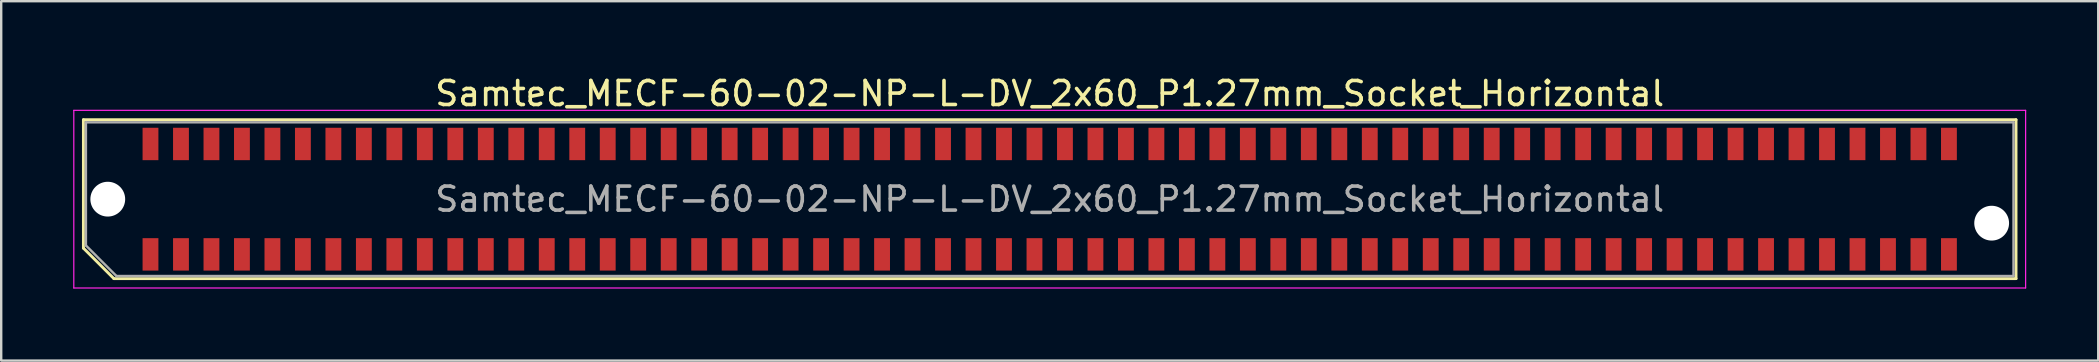
<source format=kicad_pcb>
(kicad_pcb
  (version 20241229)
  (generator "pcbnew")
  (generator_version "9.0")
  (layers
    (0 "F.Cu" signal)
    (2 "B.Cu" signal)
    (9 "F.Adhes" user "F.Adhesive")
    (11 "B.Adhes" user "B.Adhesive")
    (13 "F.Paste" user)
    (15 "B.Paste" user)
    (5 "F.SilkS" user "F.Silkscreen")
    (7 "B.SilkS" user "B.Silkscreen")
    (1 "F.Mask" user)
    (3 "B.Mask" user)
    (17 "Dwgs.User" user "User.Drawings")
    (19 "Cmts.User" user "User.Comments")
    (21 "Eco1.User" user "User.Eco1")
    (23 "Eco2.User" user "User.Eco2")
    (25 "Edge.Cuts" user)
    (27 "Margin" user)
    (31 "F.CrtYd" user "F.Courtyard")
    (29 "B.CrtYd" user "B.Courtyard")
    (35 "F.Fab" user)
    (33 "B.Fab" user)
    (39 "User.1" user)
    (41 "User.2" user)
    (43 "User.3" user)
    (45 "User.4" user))
  (footprint "Samtec_MECF-60-02-NP-L-DV_2x60_P1.27mm_Socket_Horizontal"
    (layer "F.Cu")
    (at 40.685 5.248)
    (property "Reference" "Samtec_MECF-60-02-NP-L-DV_2x60_P1.27mm_Socket_Horizontal" (at 0 -4.4 0) (layer "F.SilkS") (effects (font (size 1 1) (thickness 0.15))))
    (attr smd)
    (fp_line (start -40.26 -3.31) (end 40.26 -3.31) (stroke (width 0.12) (type solid)) (layer "F.SilkS"))
    (fp_line (start -40.26 2.04) (end -40.26 -3.31) (stroke (width 0.12) (type solid)) (layer "F.SilkS"))
    (fp_line (start -38.99 3.31) (end -40.26 2.04) (stroke (width 0.12) (type solid)) (layer "F.SilkS"))
    (fp_line (start -38.99 3.31) (end 40.26 3.31) (stroke (width 0.12) (type solid)) (layer "F.SilkS"))
    (fp_line (start 40.26 3.31) (end 40.26 -3.31) (stroke (width 0.12) (type solid)) (layer "F.SilkS"))
    (fp_line (start -40.66 -3.7) (end -40.66 3.7) (stroke (width 0.05) (type solid)) (layer "F.CrtYd"))
    (fp_line (start -40.66 3.7) (end 40.66 3.7) (stroke (width 0.05) (type solid)) (layer "F.CrtYd"))
    (fp_line (start 40.66 -3.7) (end -40.66 -3.7) (stroke (width 0.05) (type solid)) (layer "F.CrtYd"))
    (fp_line (start 40.66 3.7) (end 40.66 -3.7) (stroke (width 0.05) (type solid)) (layer "F.CrtYd"))
    (fp_line (start -40.155 -3.2) (end 40.155 -3.2) (stroke (width 0.1) (type solid)) (layer "F.Fab"))
    (fp_line (start -40.155 1.93) (end -40.155 -3.2) (stroke (width 0.1) (type solid)) (layer "F.Fab"))
    (fp_line (start -40.155 1.93) (end -38.885 3.2) (stroke (width 0.1) (type solid)) (layer "F.Fab"))
    (fp_line (start -38.885 3.2) (end 40.155 3.2) (stroke (width 0.1) (type solid)) (layer "F.Fab"))
    (fp_line (start 40.155 3.2) (end 40.155 -3.2) (stroke (width 0.1) (type solid)) (layer "F.Fab"))
    (fp_text user "${REFERENCE}" (at 0 0 0) (layer "F.Fab") (effects (font (size 1 1) (thickness 0.15))))
    (pad "" np_thru_hole circle (at -39.245 0) (size 1.45 1.45) (drill 1.45) (layers "*.Cu" "*.Mask"))
    (pad "" np_thru_hole circle (at 39.245 1) (size 1.45 1.45) (drill 1.45) (layers "*.Cu" "*.Mask"))
    (pad "1" smd rect (at -37.465 2.3) (size 0.66 1.35) (layers "F.Cu" "F.Mask" "F.Paste"))
    (pad "2" smd rect (at -37.465 -2.3) (size 0.66 1.35) (layers "F.Cu" "F.Mask" "F.Paste"))
    (pad "3" smd rect (at -36.195 2.3) (size 0.66 1.35) (layers "F.Cu" "F.Mask" "F.Paste"))
    (pad "4" smd rect (at -36.195 -2.3) (size 0.66 1.35) (layers "F.Cu" "F.Mask" "F.Paste"))
    (pad "5" smd rect (at -34.925 2.3) (size 0.66 1.35) (layers "F.Cu" "F.Mask" "F.Paste"))
    (pad "6" smd rect (at -34.925 -2.3) (size 0.66 1.35) (layers "F.Cu" "F.Mask" "F.Paste"))
    (pad "7" smd rect (at -33.655 2.3) (size 0.66 1.35) (layers "F.Cu" "F.Mask" "F.Paste"))
    (pad "8" smd rect (at -33.655 -2.3) (size 0.66 1.35) (layers "F.Cu" "F.Mask" "F.Paste"))
    (pad "9" smd rect (at -32.385 2.3) (size 0.66 1.35) (layers "F.Cu" "F.Mask" "F.Paste"))
    (pad "10" smd rect (at -32.385 -2.3) (size 0.66 1.35) (layers "F.Cu" "F.Mask" "F.Paste"))
    (pad "11" smd rect (at -31.115 2.3) (size 0.66 1.35) (layers "F.Cu" "F.Mask" "F.Paste"))
    (pad "12" smd rect (at -31.115 -2.3) (size 0.66 1.35) (layers "F.Cu" "F.Mask" "F.Paste"))
    (pad "13" smd rect (at -29.845 2.3) (size 0.66 1.35) (layers "F.Cu" "F.Mask" "F.Paste"))
    (pad "14" smd rect (at -29.845 -2.3) (size 0.66 1.35) (layers "F.Cu" "F.Mask" "F.Paste"))
    (pad "15" smd rect (at -28.575 2.3) (size 0.66 1.35) (layers "F.Cu" "F.Mask" "F.Paste"))
    (pad "16" smd rect (at -28.575 -2.3) (size 0.66 1.35) (layers "F.Cu" "F.Mask" "F.Paste"))
    (pad "17" smd rect (at -27.305 2.3) (size 0.66 1.35) (layers "F.Cu" "F.Mask" "F.Paste"))
    (pad "18" smd rect (at -27.305 -2.3) (size 0.66 1.35) (layers "F.Cu" "F.Mask" "F.Paste"))
    (pad "19" smd rect (at -26.035 2.3) (size 0.66 1.35) (layers "F.Cu" "F.Mask" "F.Paste"))
    (pad "20" smd rect (at -26.035 -2.3) (size 0.66 1.35) (layers "F.Cu" "F.Mask" "F.Paste"))
    (pad "21" smd rect (at -24.765 2.3) (size 0.66 1.35) (layers "F.Cu" "F.Mask" "F.Paste"))
    (pad "22" smd rect (at -24.765 -2.3) (size 0.66 1.35) (layers "F.Cu" "F.Mask" "F.Paste"))
    (pad "23" smd rect (at -23.495 2.3) (size 0.66 1.35) (layers "F.Cu" "F.Mask" "F.Paste"))
    (pad "24" smd rect (at -23.495 -2.3) (size 0.66 1.35) (layers "F.Cu" "F.Mask" "F.Paste"))
    (pad "25" smd rect (at -22.225 2.3) (size 0.66 1.35) (layers "F.Cu" "F.Mask" "F.Paste"))
    (pad "26" smd rect (at -22.225 -2.3) (size 0.66 1.35) (layers "F.Cu" "F.Mask" "F.Paste"))
    (pad "27" smd rect (at -20.955 2.3) (size 0.66 1.35) (layers "F.Cu" "F.Mask" "F.Paste"))
    (pad "28" smd rect (at -20.955 -2.3) (size 0.66 1.35) (layers "F.Cu" "F.Mask" "F.Paste"))
    (pad "29" smd rect (at -19.685 2.3) (size 0.66 1.35) (layers "F.Cu" "F.Mask" "F.Paste"))
    (pad "30" smd rect (at -19.685 -2.3) (size 0.66 1.35) (layers "F.Cu" "F.Mask" "F.Paste"))
    (pad "31" smd rect (at -18.415 2.3) (size 0.66 1.35) (layers "F.Cu" "F.Mask" "F.Paste"))
    (pad "32" smd rect (at -18.415 -2.3) (size 0.66 1.35) (layers "F.Cu" "F.Mask" "F.Paste"))
    (pad "33" smd rect (at -17.145 2.3) (size 0.66 1.35) (layers "F.Cu" "F.Mask" "F.Paste"))
    (pad "34" smd rect (at -17.145 -2.3) (size 0.66 1.35) (layers "F.Cu" "F.Mask" "F.Paste"))
    (pad "35" smd rect (at -15.875 2.3) (size 0.66 1.35) (layers "F.Cu" "F.Mask" "F.Paste"))
    (pad "36" smd rect (at -15.875 -2.3) (size 0.66 1.35) (layers "F.Cu" "F.Mask" "F.Paste"))
    (pad "37" smd rect (at -14.605 2.3) (size 0.66 1.35) (layers "F.Cu" "F.Mask" "F.Paste"))
    (pad "38" smd rect (at -14.605 -2.3) (size 0.66 1.35) (layers "F.Cu" "F.Mask" "F.Paste"))
    (pad "39" smd rect (at -13.335 2.3) (size 0.66 1.35) (layers "F.Cu" "F.Mask" "F.Paste"))
    (pad "40" smd rect (at -13.335 -2.3) (size 0.66 1.35) (layers "F.Cu" "F.Mask" "F.Paste"))
    (pad "41" smd rect (at -12.065 2.3) (size 0.66 1.35) (layers "F.Cu" "F.Mask" "F.Paste"))
    (pad "42" smd rect (at -12.065 -2.3) (size 0.66 1.35) (layers "F.Cu" "F.Mask" "F.Paste"))
    (pad "43" smd rect (at -10.795 2.3) (size 0.66 1.35) (layers "F.Cu" "F.Mask" "F.Paste"))
    (pad "44" smd rect (at -10.795 -2.3) (size 0.66 1.35) (layers "F.Cu" "F.Mask" "F.Paste"))
    (pad "45" smd rect (at -9.525 2.3) (size 0.66 1.35) (layers "F.Cu" "F.Mask" "F.Paste"))
    (pad "46" smd rect (at -9.525 -2.3) (size 0.66 1.35) (layers "F.Cu" "F.Mask" "F.Paste"))
    (pad "47" smd rect (at -8.255 2.3) (size 0.66 1.35) (layers "F.Cu" "F.Mask" "F.Paste"))
    (pad "48" smd rect (at -8.255 -2.3) (size 0.66 1.35) (layers "F.Cu" "F.Mask" "F.Paste"))
    (pad "49" smd rect (at -6.985 2.3) (size 0.66 1.35) (layers "F.Cu" "F.Mask" "F.Paste"))
    (pad "50" smd rect (at -6.985 -2.3) (size 0.66 1.35) (layers "F.Cu" "F.Mask" "F.Paste"))
    (pad "51" smd rect (at -5.715 2.3) (size 0.66 1.35) (layers "F.Cu" "F.Mask" "F.Paste"))
    (pad "52" smd rect (at -5.715 -2.3) (size 0.66 1.35) (layers "F.Cu" "F.Mask" "F.Paste"))
    (pad "53" smd rect (at -4.445 2.3) (size 0.66 1.35) (layers "F.Cu" "F.Mask" "F.Paste"))
    (pad "54" smd rect (at -4.445 -2.3) (size 0.66 1.35) (layers "F.Cu" "F.Mask" "F.Paste"))
    (pad "55" smd rect (at -3.175 2.3) (size 0.66 1.35) (layers "F.Cu" "F.Mask" "F.Paste"))
    (pad "56" smd rect (at -3.175 -2.3) (size 0.66 1.35) (layers "F.Cu" "F.Mask" "F.Paste"))
    (pad "57" smd rect (at -1.905 2.3) (size 0.66 1.35) (layers "F.Cu" "F.Mask" "F.Paste"))
    (pad "58" smd rect (at -1.905 -2.3) (size 0.66 1.35) (layers "F.Cu" "F.Mask" "F.Paste"))
    (pad "59" smd rect (at -0.635 2.3) (size 0.66 1.35) (layers "F.Cu" "F.Mask" "F.Paste"))
    (pad "60" smd rect (at -0.635 -2.3) (size 0.66 1.35) (layers "F.Cu" "F.Mask" "F.Paste"))
    (pad "61" smd rect (at 0.635 2.3) (size 0.66 1.35) (layers "F.Cu" "F.Mask" "F.Paste"))
    (pad "62" smd rect (at 0.635 -2.3) (size 0.66 1.35) (layers "F.Cu" "F.Mask" "F.Paste"))
    (pad "63" smd rect (at 1.905 2.3) (size 0.66 1.35) (layers "F.Cu" "F.Mask" "F.Paste"))
    (pad "64" smd rect (at 1.905 -2.3) (size 0.66 1.35) (layers "F.Cu" "F.Mask" "F.Paste"))
    (pad "65" smd rect (at 3.175 2.3) (size 0.66 1.35) (layers "F.Cu" "F.Mask" "F.Paste"))
    (pad "66" smd rect (at 3.175 -2.3) (size 0.66 1.35) (layers "F.Cu" "F.Mask" "F.Paste"))
    (pad "67" smd rect (at 4.445 2.3) (size 0.66 1.35) (layers "F.Cu" "F.Mask" "F.Paste"))
    (pad "68" smd rect (at 4.445 -2.3) (size 0.66 1.35) (layers "F.Cu" "F.Mask" "F.Paste"))
    (pad "69" smd rect (at 5.715 2.3) (size 0.66 1.35) (layers "F.Cu" "F.Mask" "F.Paste"))
    (pad "70" smd rect (at 5.715 -2.3) (size 0.66 1.35) (layers "F.Cu" "F.Mask" "F.Paste"))
    (pad "71" smd rect (at 6.985 2.3) (size 0.66 1.35) (layers "F.Cu" "F.Mask" "F.Paste"))
    (pad "72" smd rect (at 6.985 -2.3) (size 0.66 1.35) (layers "F.Cu" "F.Mask" "F.Paste"))
    (pad "73" smd rect (at 8.255 2.3) (size 0.66 1.35) (layers "F.Cu" "F.Mask" "F.Paste"))
    (pad "74" smd rect (at 8.255 -2.3) (size 0.66 1.35) (layers "F.Cu" "F.Mask" "F.Paste"))
    (pad "75" smd rect (at 9.525 2.3) (size 0.66 1.35) (layers "F.Cu" "F.Mask" "F.Paste"))
    (pad "76" smd rect (at 9.525 -2.3) (size 0.66 1.35) (layers "F.Cu" "F.Mask" "F.Paste"))
    (pad "77" smd rect (at 10.795 2.3) (size 0.66 1.35) (layers "F.Cu" "F.Mask" "F.Paste"))
    (pad "78" smd rect (at 10.795 -2.3) (size 0.66 1.35) (layers "F.Cu" "F.Mask" "F.Paste"))
    (pad "79" smd rect (at 12.065 2.3) (size 0.66 1.35) (layers "F.Cu" "F.Mask" "F.Paste"))
    (pad "80" smd rect (at 12.065 -2.3) (size 0.66 1.35) (layers "F.Cu" "F.Mask" "F.Paste"))
    (pad "81" smd rect (at 13.335 2.3) (size 0.66 1.35) (layers "F.Cu" "F.Mask" "F.Paste"))
    (pad "82" smd rect (at 13.335 -2.3) (size 0.66 1.35) (layers "F.Cu" "F.Mask" "F.Paste"))
    (pad "83" smd rect (at 14.605 2.3) (size 0.66 1.35) (layers "F.Cu" "F.Mask" "F.Paste"))
    (pad "84" smd rect (at 14.605 -2.3) (size 0.66 1.35) (layers "F.Cu" "F.Mask" "F.Paste"))
    (pad "85" smd rect (at 15.875 2.3) (size 0.66 1.35) (layers "F.Cu" "F.Mask" "F.Paste"))
    (pad "86" smd rect (at 15.875 -2.3) (size 0.66 1.35) (layers "F.Cu" "F.Mask" "F.Paste"))
    (pad "87" smd rect (at 17.145 2.3) (size 0.66 1.35) (layers "F.Cu" "F.Mask" "F.Paste"))
    (pad "88" smd rect (at 17.145 -2.3) (size 0.66 1.35) (layers "F.Cu" "F.Mask" "F.Paste"))
    (pad "89" smd rect (at 18.415 2.3) (size 0.66 1.35) (layers "F.Cu" "F.Mask" "F.Paste"))
    (pad "90" smd rect (at 18.415 -2.3) (size 0.66 1.35) (layers "F.Cu" "F.Mask" "F.Paste"))
    (pad "91" smd rect (at 19.685 2.3) (size 0.66 1.35) (layers "F.Cu" "F.Mask" "F.Paste"))
    (pad "92" smd rect (at 19.685 -2.3) (size 0.66 1.35) (layers "F.Cu" "F.Mask" "F.Paste"))
    (pad "93" smd rect (at 20.955 2.3) (size 0.66 1.35) (layers "F.Cu" "F.Mask" "F.Paste"))
    (pad "94" smd rect (at 20.955 -2.3) (size 0.66 1.35) (layers "F.Cu" "F.Mask" "F.Paste"))
    (pad "95" smd rect (at 22.225 2.3) (size 0.66 1.35) (layers "F.Cu" "F.Mask" "F.Paste"))
    (pad "96" smd rect (at 22.225 -2.3) (size 0.66 1.35) (layers "F.Cu" "F.Mask" "F.Paste"))
    (pad "97" smd rect (at 23.495 2.3) (size 0.66 1.35) (layers "F.Cu" "F.Mask" "F.Paste"))
    (pad "98" smd rect (at 23.495 -2.3) (size 0.66 1.35) (layers "F.Cu" "F.Mask" "F.Paste"))
    (pad "99" smd rect (at 24.765 2.3) (size 0.66 1.35) (layers "F.Cu" "F.Mask" "F.Paste"))
    (pad "100" smd rect (at 24.765 -2.3) (size 0.66 1.35) (layers "F.Cu" "F.Mask" "F.Paste"))
    (pad "101" smd rect (at 26.035 2.3) (size 0.66 1.35) (layers "F.Cu" "F.Mask" "F.Paste"))
    (pad "102" smd rect (at 26.035 -2.3) (size 0.66 1.35) (layers "F.Cu" "F.Mask" "F.Paste"))
    (pad "103" smd rect (at 27.305 2.3) (size 0.66 1.35) (layers "F.Cu" "F.Mask" "F.Paste"))
    (pad "104" smd rect (at 27.305 -2.3) (size 0.66 1.35) (layers "F.Cu" "F.Mask" "F.Paste"))
    (pad "105" smd rect (at 28.575 2.3) (size 0.66 1.35) (layers "F.Cu" "F.Mask" "F.Paste"))
    (pad "106" smd rect (at 28.575 -2.3) (size 0.66 1.35) (layers "F.Cu" "F.Mask" "F.Paste"))
    (pad "107" smd rect (at 29.845 2.3) (size 0.66 1.35) (layers "F.Cu" "F.Mask" "F.Paste"))
    (pad "108" smd rect (at 29.845 -2.3) (size 0.66 1.35) (layers "F.Cu" "F.Mask" "F.Paste"))
    (pad "109" smd rect (at 31.115 2.3) (size 0.66 1.35) (layers "F.Cu" "F.Mask" "F.Paste"))
    (pad "110" smd rect (at 31.115 -2.3) (size 0.66 1.35) (layers "F.Cu" "F.Mask" "F.Paste"))
    (pad "111" smd rect (at 32.385 2.3) (size 0.66 1.35) (layers "F.Cu" "F.Mask" "F.Paste"))
    (pad "112" smd rect (at 32.385 -2.3) (size 0.66 1.35) (layers "F.Cu" "F.Mask" "F.Paste"))
    (pad "113" smd rect (at 33.655 2.3) (size 0.66 1.35) (layers "F.Cu" "F.Mask" "F.Paste"))
    (pad "114" smd rect (at 33.655 -2.3) (size 0.66 1.35) (layers "F.Cu" "F.Mask" "F.Paste"))
    (pad "115" smd rect (at 34.925 2.3) (size 0.66 1.35) (layers "F.Cu" "F.Mask" "F.Paste"))
    (pad "116" smd rect (at 34.925 -2.3) (size 0.66 1.35) (layers "F.Cu" "F.Mask" "F.Paste"))
    (pad "117" smd rect (at 36.195 2.3) (size 0.66 1.35) (layers "F.Cu" "F.Mask" "F.Paste"))
    (pad "118" smd rect (at 36.195 -2.3) (size 0.66 1.35) (layers "F.Cu" "F.Mask" "F.Paste"))
    (pad "119" smd rect (at 37.465 2.3) (size 0.66 1.35) (layers "F.Cu" "F.Mask" "F.Paste"))
    (pad "120" smd rect (at 37.465 -2.3) (size 0.66 1.35) (layers "F.Cu" "F.Mask" "F.Paste")))
  (gr_rect
    (start -3 -3)
    (end 84.37 11.973)
    (stroke (width 0.1) (type default))
    (fill no)
    (layer "Edge.Cuts")))
</source>
